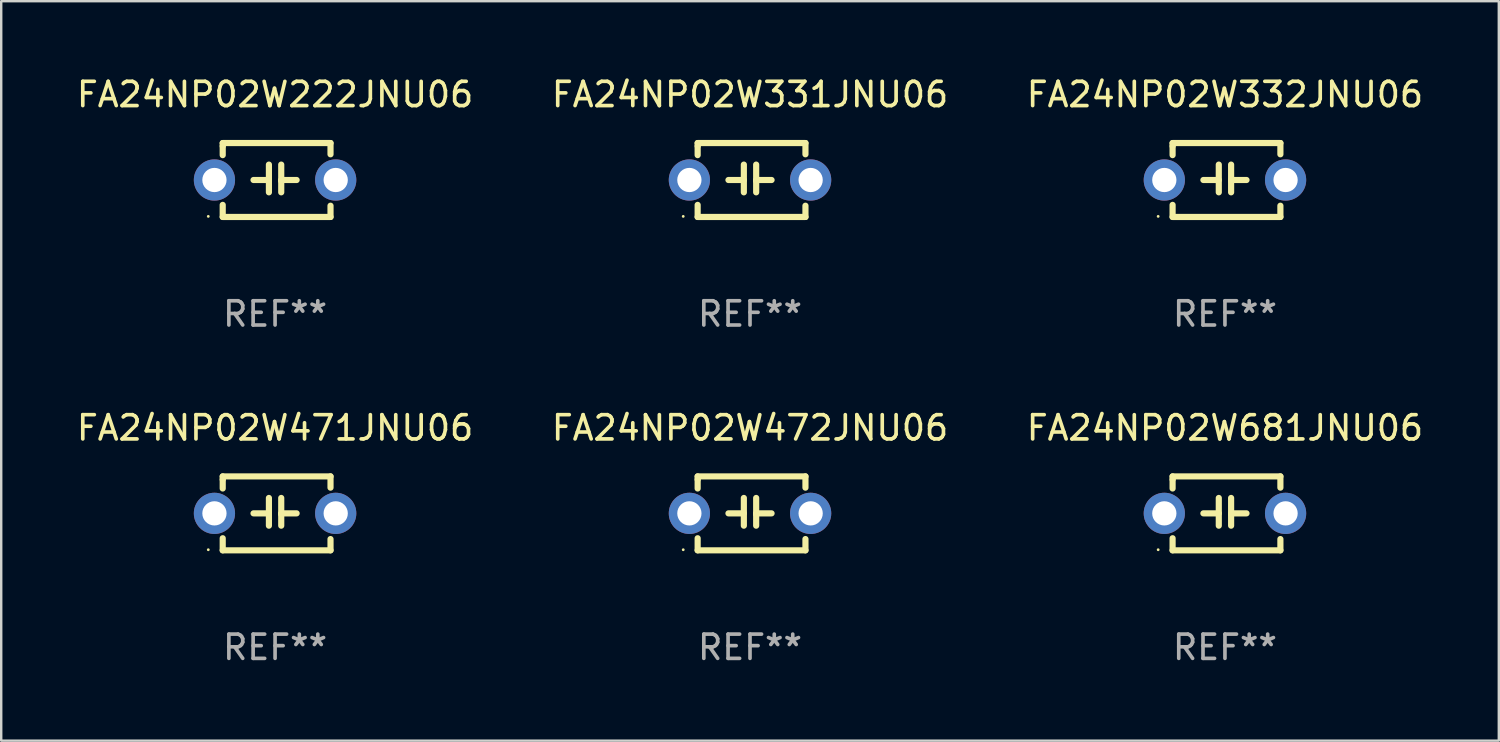
<source format=kicad_pcb>
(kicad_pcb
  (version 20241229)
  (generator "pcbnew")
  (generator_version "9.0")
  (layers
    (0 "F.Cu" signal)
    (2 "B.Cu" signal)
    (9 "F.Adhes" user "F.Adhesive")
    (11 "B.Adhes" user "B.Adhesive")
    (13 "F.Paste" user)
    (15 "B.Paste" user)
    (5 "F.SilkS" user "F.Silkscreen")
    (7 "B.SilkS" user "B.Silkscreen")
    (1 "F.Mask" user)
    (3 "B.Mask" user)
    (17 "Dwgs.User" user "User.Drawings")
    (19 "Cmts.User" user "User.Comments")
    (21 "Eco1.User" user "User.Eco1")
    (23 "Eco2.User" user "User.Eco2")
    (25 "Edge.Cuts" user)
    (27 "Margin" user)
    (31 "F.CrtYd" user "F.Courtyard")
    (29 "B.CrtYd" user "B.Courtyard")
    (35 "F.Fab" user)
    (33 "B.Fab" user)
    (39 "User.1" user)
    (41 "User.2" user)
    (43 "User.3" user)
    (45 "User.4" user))
  (footprint "FA24NP02W471JNU06"
    (layer "F.Cu")
    (at 8.292 18.117)
    (property "Reference" "FA24NP02W471JNU06" (at 0 -3.524 0) (layer "F.SilkS") (effects (font (size 1 1) (thickness 0.15))))
    (attr through_hole)
    (fp_line (start -2.159 -1.524) (end 2.286 -1.524) (stroke (width 0.254) (type solid)) (layer "F.SilkS"))
    (fp_line (start -2.159 -1.397) (end -2.159 -1.524) (stroke (width 0.254) (type solid)) (layer "F.SilkS"))
    (fp_line (start -2.159 -1.026) (end -2.159 -1.397) (stroke (width 0.254) (type solid)) (layer "F.SilkS"))
    (fp_line (start -2.159 1.524) (end -2.159 1.026) (stroke (width 0.254) (type solid)) (layer "F.SilkS"))
    (fp_line (start -0.889 0) (end -0.254 0) (stroke (width 0.254) (type solid)) (layer "F.SilkS"))
    (fp_line (start -0.254 0.508) (end -0.254 -0.635) (stroke (width 0.254) (type solid)) (layer "F.SilkS"))
    (fp_line (start 0.254 -0.635) (end 0.254 0.508) (stroke (width 0.254) (type solid)) (layer "F.SilkS"))
    (fp_line (start 0.254 0.04) (end 0.254 0.02) (stroke (width 0.254) (type solid)) (layer "F.SilkS"))
    (fp_line (start 0.889 0) (end 0.254 0) (stroke (width 0.254) (type solid)) (layer "F.SilkS"))
    (fp_line (start 2.286 -1.524) (end 2.286 -1.06) (stroke (width 0.254) (type solid)) (layer "F.SilkS"))
    (fp_line (start 2.286 1.06) (end 2.286 1.524) (stroke (width 0.254) (type solid)) (layer "F.SilkS"))
    (fp_line (start 2.286 1.524) (end -2.159 1.524) (stroke (width 0.254) (type solid)) (layer "F.SilkS"))
    (fp_circle (center -2.754 1.5) (end -2.724 1.5) (stroke (width 0.06) (type solid)) (fill no) (layer "F.SilkS"))
    (fp_text user "REF**" (at 0 5.524 0) (layer "F.Fab") (effects (font (size 1 1) (thickness 0.15))))
    (pad "1" thru_hole circle (at -2.5 0) (size 1.7 1.7) (drill 1) (layers "*.Cu" "*.Mask"))
    (pad "2" thru_hole circle (at 2.5 0) (size 1.7 1.7) (drill 1) (layers "*.Cu" "*.Mask")))
  (footprint "FA24NP02W681JNU06"
    (layer "F.Cu")
    (at 47.458 18.117)
    (property "Reference" "FA24NP02W681JNU06" (at 0 -3.524 0) (layer "F.SilkS") (effects (font (size 1 1) (thickness 0.15))))
    (attr through_hole)
    (fp_line (start -2.159 -1.524) (end 2.286 -1.524) (stroke (width 0.254) (type solid)) (layer "F.SilkS"))
    (fp_line (start -2.159 -1.397) (end -2.159 -1.524) (stroke (width 0.254) (type solid)) (layer "F.SilkS"))
    (fp_line (start -2.159 -1.026) (end -2.159 -1.397) (stroke (width 0.254) (type solid)) (layer "F.SilkS"))
    (fp_line (start -2.159 1.524) (end -2.159 1.026) (stroke (width 0.254) (type solid)) (layer "F.SilkS"))
    (fp_line (start -0.889 0) (end -0.254 0) (stroke (width 0.254) (type solid)) (layer "F.SilkS"))
    (fp_line (start -0.254 0.508) (end -0.254 -0.635) (stroke (width 0.254) (type solid)) (layer "F.SilkS"))
    (fp_line (start 0.254 -0.635) (end 0.254 0.508) (stroke (width 0.254) (type solid)) (layer "F.SilkS"))
    (fp_line (start 0.254 0.04) (end 0.254 0.02) (stroke (width 0.254) (type solid)) (layer "F.SilkS"))
    (fp_line (start 0.889 0) (end 0.254 0) (stroke (width 0.254) (type solid)) (layer "F.SilkS"))
    (fp_line (start 2.286 -1.524) (end 2.286 -1.06) (stroke (width 0.254) (type solid)) (layer "F.SilkS"))
    (fp_line (start 2.286 1.06) (end 2.286 1.524) (stroke (width 0.254) (type solid)) (layer "F.SilkS"))
    (fp_line (start 2.286 1.524) (end -2.159 1.524) (stroke (width 0.254) (type solid)) (layer "F.SilkS"))
    (fp_circle (center -2.754 1.5) (end -2.724 1.5) (stroke (width 0.06) (type solid)) (fill no) (layer "F.SilkS"))
    (fp_text user "REF**" (at 0 5.524 0) (layer "F.Fab") (effects (font (size 1 1) (thickness 0.15))))
    (pad "1" thru_hole circle (at -2.5 0) (size 1.7 1.7) (drill 1) (layers "*.Cu" "*.Mask"))
    (pad "2" thru_hole circle (at 2.5 0) (size 1.7 1.7) (drill 1) (layers "*.Cu" "*.Mask")))
  (footprint "FA24NP02W331JNU06"
    (layer "F.Cu")
    (at 27.875 4.372)
    (property "Reference" "FA24NP02W331JNU06" (at 0 -3.524 0) (layer "F.SilkS") (effects (font (size 1 1) (thickness 0.15))))
    (attr through_hole)
    (fp_line (start -2.159 -1.524) (end 2.286 -1.524) (stroke (width 0.254) (type solid)) (layer "F.SilkS"))
    (fp_line (start -2.159 -1.397) (end -2.159 -1.524) (stroke (width 0.254) (type solid)) (layer "F.SilkS"))
    (fp_line (start -2.159 -1.026) (end -2.159 -1.397) (stroke (width 0.254) (type solid)) (layer "F.SilkS"))
    (fp_line (start -2.159 1.524) (end -2.159 1.026) (stroke (width 0.254) (type solid)) (layer "F.SilkS"))
    (fp_line (start -0.889 0) (end -0.254 0) (stroke (width 0.254) (type solid)) (layer "F.SilkS"))
    (fp_line (start -0.254 0.508) (end -0.254 -0.635) (stroke (width 0.254) (type solid)) (layer "F.SilkS"))
    (fp_line (start 0.254 -0.635) (end 0.254 0.508) (stroke (width 0.254) (type solid)) (layer "F.SilkS"))
    (fp_line (start 0.254 0.04) (end 0.254 0.02) (stroke (width 0.254) (type solid)) (layer "F.SilkS"))
    (fp_line (start 0.889 0) (end 0.254 0) (stroke (width 0.254) (type solid)) (layer "F.SilkS"))
    (fp_line (start 2.286 -1.524) (end 2.286 -1.06) (stroke (width 0.254) (type solid)) (layer "F.SilkS"))
    (fp_line (start 2.286 1.06) (end 2.286 1.524) (stroke (width 0.254) (type solid)) (layer "F.SilkS"))
    (fp_line (start 2.286 1.524) (end -2.159 1.524) (stroke (width 0.254) (type solid)) (layer "F.SilkS"))
    (fp_circle (center -2.754 1.5) (end -2.724 1.5) (stroke (width 0.06) (type solid)) (fill no) (layer "F.SilkS"))
    (fp_text user "REF**" (at 0 5.524 0) (layer "F.Fab") (effects (font (size 1 1) (thickness 0.15))))
    (pad "1" thru_hole circle (at -2.5 0) (size 1.7 1.7) (drill 1) (layers "*.Cu" "*.Mask"))
    (pad "2" thru_hole circle (at 2.5 0) (size 1.7 1.7) (drill 1) (layers "*.Cu" "*.Mask")))
  (footprint "FA24NP02W472JNU06"
    (layer "F.Cu")
    (at 27.875 18.117)
    (property "Reference" "FA24NP02W472JNU06" (at 0 -3.524 0) (layer "F.SilkS") (effects (font (size 1 1) (thickness 0.15))))
    (attr through_hole)
    (fp_line (start -2.159 -1.524) (end 2.286 -1.524) (stroke (width 0.254) (type solid)) (layer "F.SilkS"))
    (fp_line (start -2.159 -1.397) (end -2.159 -1.524) (stroke (width 0.254) (type solid)) (layer "F.SilkS"))
    (fp_line (start -2.159 -1.026) (end -2.159 -1.397) (stroke (width 0.254) (type solid)) (layer "F.SilkS"))
    (fp_line (start -2.159 1.524) (end -2.159 1.026) (stroke (width 0.254) (type solid)) (layer "F.SilkS"))
    (fp_line (start -0.889 0) (end -0.254 0) (stroke (width 0.254) (type solid)) (layer "F.SilkS"))
    (fp_line (start -0.254 0.508) (end -0.254 -0.635) (stroke (width 0.254) (type solid)) (layer "F.SilkS"))
    (fp_line (start 0.254 -0.635) (end 0.254 0.508) (stroke (width 0.254) (type solid)) (layer "F.SilkS"))
    (fp_line (start 0.254 0.04) (end 0.254 0.02) (stroke (width 0.254) (type solid)) (layer "F.SilkS"))
    (fp_line (start 0.889 0) (end 0.254 0) (stroke (width 0.254) (type solid)) (layer "F.SilkS"))
    (fp_line (start 2.286 -1.524) (end 2.286 -1.06) (stroke (width 0.254) (type solid)) (layer "F.SilkS"))
    (fp_line (start 2.286 1.06) (end 2.286 1.524) (stroke (width 0.254) (type solid)) (layer "F.SilkS"))
    (fp_line (start 2.286 1.524) (end -2.159 1.524) (stroke (width 0.254) (type solid)) (layer "F.SilkS"))
    (fp_circle (center -2.754 1.5) (end -2.724 1.5) (stroke (width 0.06) (type solid)) (fill no) (layer "F.SilkS"))
    (fp_text user "REF**" (at 0 5.524 0) (layer "F.Fab") (effects (font (size 1 1) (thickness 0.15))))
    (pad "1" thru_hole circle (at -2.5 0) (size 1.7 1.7) (drill 1) (layers "*.Cu" "*.Mask"))
    (pad "2" thru_hole circle (at 2.5 0) (size 1.7 1.7) (drill 1) (layers "*.Cu" "*.Mask")))
  (footprint "FA24NP02W332JNU06"
    (layer "F.Cu")
    (at 47.458 4.372)
    (property "Reference" "FA24NP02W332JNU06" (at 0 -3.524 0) (layer "F.SilkS") (effects (font (size 1 1) (thickness 0.15))))
    (attr through_hole)
    (fp_line (start -2.159 -1.524) (end 2.286 -1.524) (stroke (width 0.254) (type solid)) (layer "F.SilkS"))
    (fp_line (start -2.159 -1.397) (end -2.159 -1.524) (stroke (width 0.254) (type solid)) (layer "F.SilkS"))
    (fp_line (start -2.159 -1.026) (end -2.159 -1.397) (stroke (width 0.254) (type solid)) (layer "F.SilkS"))
    (fp_line (start -2.159 1.524) (end -2.159 1.026) (stroke (width 0.254) (type solid)) (layer "F.SilkS"))
    (fp_line (start -0.889 0) (end -0.254 0) (stroke (width 0.254) (type solid)) (layer "F.SilkS"))
    (fp_line (start -0.254 0.508) (end -0.254 -0.635) (stroke (width 0.254) (type solid)) (layer "F.SilkS"))
    (fp_line (start 0.254 -0.635) (end 0.254 0.508) (stroke (width 0.254) (type solid)) (layer "F.SilkS"))
    (fp_line (start 0.254 0.04) (end 0.254 0.02) (stroke (width 0.254) (type solid)) (layer "F.SilkS"))
    (fp_line (start 0.889 0) (end 0.254 0) (stroke (width 0.254) (type solid)) (layer "F.SilkS"))
    (fp_line (start 2.286 -1.524) (end 2.286 -1.06) (stroke (width 0.254) (type solid)) (layer "F.SilkS"))
    (fp_line (start 2.286 1.06) (end 2.286 1.524) (stroke (width 0.254) (type solid)) (layer "F.SilkS"))
    (fp_line (start 2.286 1.524) (end -2.159 1.524) (stroke (width 0.254) (type solid)) (layer "F.SilkS"))
    (fp_circle (center -2.754 1.5) (end -2.724 1.5) (stroke (width 0.06) (type solid)) (fill no) (layer "F.SilkS"))
    (fp_text user "REF**" (at 0 5.524 0) (layer "F.Fab") (effects (font (size 1 1) (thickness 0.15))))
    (pad "1" thru_hole circle (at -2.5 0) (size 1.7 1.7) (drill 1) (layers "*.Cu" "*.Mask"))
    (pad "2" thru_hole circle (at 2.5 0) (size 1.7 1.7) (drill 1) (layers "*.Cu" "*.Mask")))
  (footprint "FA24NP02W222JNU06"
    (layer "F.Cu")
    (at 8.292 4.372)
    (property "Reference" "FA24NP02W222JNU06" (at 0 -3.524 0) (layer "F.SilkS") (effects (font (size 1 1) (thickness 0.15))))
    (attr through_hole)
    (fp_line (start -2.159 -1.524) (end 2.286 -1.524) (stroke (width 0.254) (type solid)) (layer "F.SilkS"))
    (fp_line (start -2.159 -1.397) (end -2.159 -1.524) (stroke (width 0.254) (type solid)) (layer "F.SilkS"))
    (fp_line (start -2.159 -1.026) (end -2.159 -1.397) (stroke (width 0.254) (type solid)) (layer "F.SilkS"))
    (fp_line (start -2.159 1.524) (end -2.159 1.026) (stroke (width 0.254) (type solid)) (layer "F.SilkS"))
    (fp_line (start -0.889 0) (end -0.254 0) (stroke (width 0.254) (type solid)) (layer "F.SilkS"))
    (fp_line (start -0.254 0.508) (end -0.254 -0.635) (stroke (width 0.254) (type solid)) (layer "F.SilkS"))
    (fp_line (start 0.254 -0.635) (end 0.254 0.508) (stroke (width 0.254) (type solid)) (layer "F.SilkS"))
    (fp_line (start 0.254 0.04) (end 0.254 0.02) (stroke (width 0.254) (type solid)) (layer "F.SilkS"))
    (fp_line (start 0.889 0) (end 0.254 0) (stroke (width 0.254) (type solid)) (layer "F.SilkS"))
    (fp_line (start 2.286 -1.524) (end 2.286 -1.06) (stroke (width 0.254) (type solid)) (layer "F.SilkS"))
    (fp_line (start 2.286 1.06) (end 2.286 1.524) (stroke (width 0.254) (type solid)) (layer "F.SilkS"))
    (fp_line (start 2.286 1.524) (end -2.159 1.524) (stroke (width 0.254) (type solid)) (layer "F.SilkS"))
    (fp_circle (center -2.754 1.5) (end -2.724 1.5) (stroke (width 0.06) (type solid)) (fill no) (layer "F.SilkS"))
    (fp_text user "REF**" (at 0 5.524 0) (layer "F.Fab") (effects (font (size 1 1) (thickness 0.15))))
    (pad "1" thru_hole circle (at -2.5 0) (size 1.7 1.7) (drill 1) (layers "*.Cu" "*.Mask"))
    (pad "2" thru_hole circle (at 2.5 0) (size 1.7 1.7) (drill 1) (layers "*.Cu" "*.Mask")))
  (gr_rect
    (start -3 -3)
    (end 58.75 27.489)
    (stroke (width 0.1) (type default))
    (fill no)
    (layer "Edge.Cuts")))
</source>
